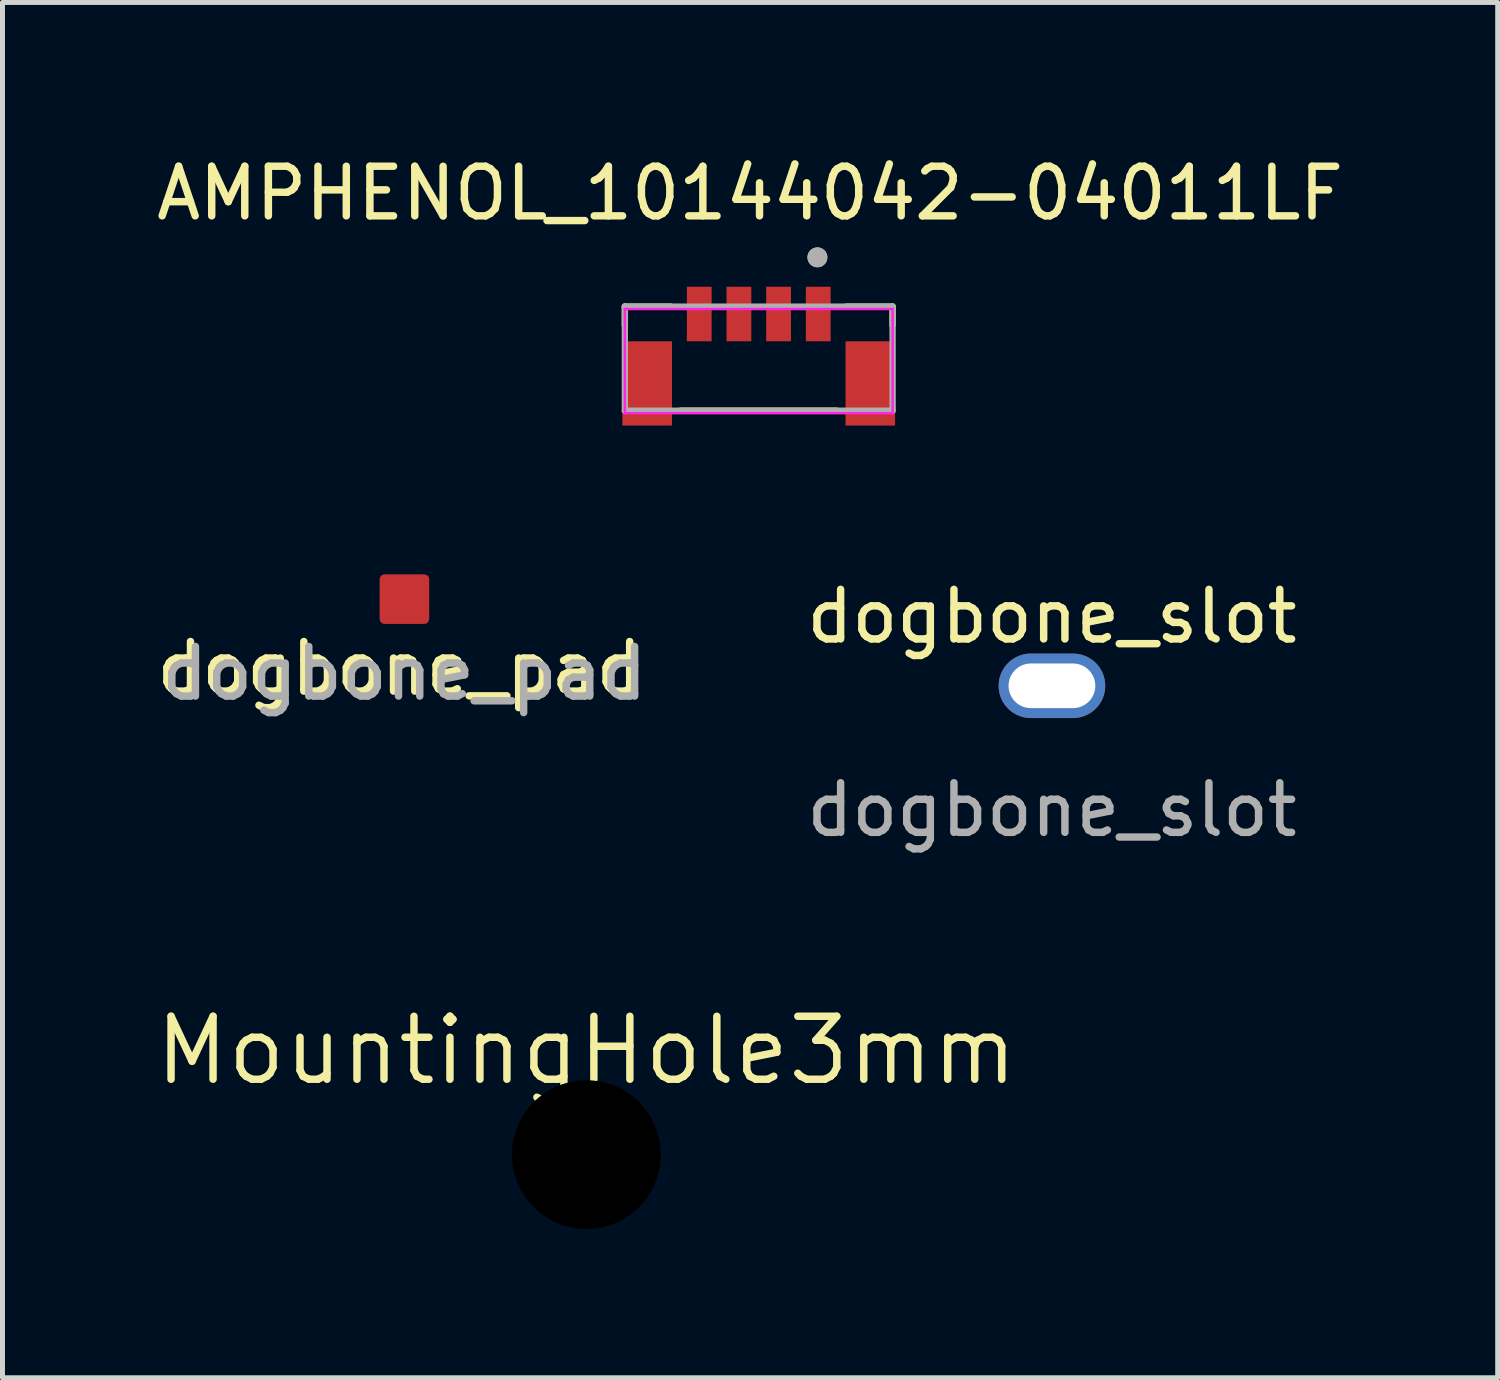
<source format=kicad_pcb>
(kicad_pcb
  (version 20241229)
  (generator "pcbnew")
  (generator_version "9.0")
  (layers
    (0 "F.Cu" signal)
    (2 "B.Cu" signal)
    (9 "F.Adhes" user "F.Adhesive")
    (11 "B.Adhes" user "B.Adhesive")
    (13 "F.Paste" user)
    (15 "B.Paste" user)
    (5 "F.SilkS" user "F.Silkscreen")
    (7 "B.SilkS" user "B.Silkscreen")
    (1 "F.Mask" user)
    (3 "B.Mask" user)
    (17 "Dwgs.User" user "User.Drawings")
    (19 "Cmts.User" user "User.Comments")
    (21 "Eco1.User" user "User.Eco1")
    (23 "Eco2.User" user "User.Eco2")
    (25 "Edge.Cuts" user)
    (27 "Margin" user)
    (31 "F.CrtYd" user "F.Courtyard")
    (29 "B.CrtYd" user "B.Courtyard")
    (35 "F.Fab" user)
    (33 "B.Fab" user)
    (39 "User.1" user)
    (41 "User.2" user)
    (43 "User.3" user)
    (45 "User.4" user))
  (footprint "dogbone_slot"
    (layer "F.Cu")
    (at 18.165 10.781)
    (property "Reference" "dogbone_slot" (at 0 -1.4 0) (unlocked yes) (layer "F.SilkS") (effects (font (size 1 1) (thickness 0.15))))
    (attr smd)
    (fp_text user "${REFERENCE}" (at 0 2.5 0) (unlocked yes) (layer "F.Fab") (effects (font (size 1 1) (thickness 0.15))))
    (pad "1" thru_hole oval (at 0 0) (size 2.15 1.3) (drill oval 1.75 0.9) (layers "*.Cu" "*.Mask")))
  (footprint "dogbone_pad"
    (layer "F.Cu")
    (at 5.106 9.033)
    (property "Reference" "dogbone_pad" (at -0.1 1.4 0) (unlocked yes) (layer "F.SilkS") (effects (font (size 1 1) (thickness 0.15))))
    (attr smd)
    (fp_text user "${REFERENCE}" (at 0 1.5 0) (unlocked yes) (layer "F.Fab") (effects (font (size 1 1) (thickness 0.15))))
    (pad "1" smd roundrect (at 0 0) (size 1 1) (layers "F.Cu" "F.Mask" "F.Paste") (roundrect_rratio 0.1)))
  (footprint "MountingHole3mm"
    (layer "F.Cu")
    (at 8.776 20.236)
    (property "Reference" "MountingHole3mm" (at 0 -2.1 0) (layer "F.SilkS") (effects (font (size 1.27 1.27) (thickness 0.15))))
    (pad "" np_thru_hole oval (at 0 0) (size 3 3) (drill 3) (layers "*.Mask")))
  (footprint "AMPHENOL_10144042-04011LF"
    (layer "F.Cu")
    (at 12.252 3.283)
    (property "Reference" "AMPHENOL_10144042-04011LF" (at -0.175 -2.435 0) (layer "F.SilkS") (effects (font (size 1 1) (thickness 0.15))))
    (attr smd)
    (fp_line (start -2.7 -0.15) (end -2.7 0.23) (stroke (width 0.127) (type solid)) (layer "F.SilkS"))
    (fp_line (start -1.77 -0.15) (end -2.7 -0.15) (stroke (width 0.127) (type solid)) (layer "F.SilkS"))
    (fp_line (start -1.58 1.95) (end 1.58 1.95) (stroke (width 0.127) (type solid)) (layer "F.SilkS"))
    (fp_line (start 2.7 -0.15) (end 1.77 -0.15) (stroke (width 0.127) (type solid)) (layer "F.SilkS"))
    (fp_line (start 2.7 0.23) (end 2.7 -0.15) (stroke (width 0.127) (type solid)) (layer "F.SilkS"))
    (fp_circle (center 1.183 -1.143) (end 1.283 -1.143) (stroke (width 0.2) (type solid)) (fill no) (layer "F.SilkS"))
    (fp_line (start -2.7 -0.1) (end -2.7 2) (stroke (width 0.05) (type solid)) (layer "F.CrtYd"))
    (fp_line (start -2.7 2) (end 2.7 2) (stroke (width 0.05) (type solid)) (layer "F.CrtYd"))
    (fp_line (start 2.7 -0.1) (end -2.7 -0.1) (stroke (width 0.05) (type solid)) (layer "F.CrtYd"))
    (fp_line (start 2.7 2) (end 2.7 -0.1) (stroke (width 0.05) (type solid)) (layer "F.CrtYd"))
    (fp_line (start -2.7 -0.15) (end -2.7 1.95) (stroke (width 0.127) (type solid)) (layer "F.Fab"))
    (fp_line (start -2.7 1.95) (end 2.7 1.95) (stroke (width 0.127) (type solid)) (layer "F.Fab"))
    (fp_line (start 2.7 -0.15) (end -2.7 -0.15) (stroke (width 0.127) (type solid)) (layer "F.Fab"))
    (fp_line (start 2.7 1.95) (end 2.7 -0.15) (stroke (width 0.127) (type solid)) (layer "F.Fab"))
    (fp_circle (center 1.183 -1.143) (end 1.283 -1.143) (stroke (width 0.2) (type solid)) (fill no) (layer "F.Fab"))
    (pad "1" smd rect (at 1.2 0) (size 0.5 1.1) (layers "F.Cu" "F.Mask" "F.Paste"))
    (pad "2" smd rect (at 0.4 0) (size 0.5 1.1) (layers "F.Cu" "F.Mask" "F.Paste"))
    (pad "3" smd rect (at -0.4 0) (size 0.5 1.1) (layers "F.Cu" "F.Mask" "F.Paste"))
    (pad "4" smd rect (at -1.2 0) (size 0.5 1.1) (layers "F.Cu" "F.Mask" "F.Paste"))
    (pad "S1" smd rect (at 2.25 1.4) (size 1 1.7) (layers "F.Cu" "F.Mask" "F.Paste"))
    (pad "S2" smd rect (at -2.25 1.4) (size 1 1.7) (layers "F.Cu" "F.Mask" "F.Paste")))
  (gr_rect
    (start -3 -3)
    (end 27.155 24.736)
    (stroke (width 0.1) (type default))
    (fill no)
    (layer "Edge.Cuts")))
</source>
